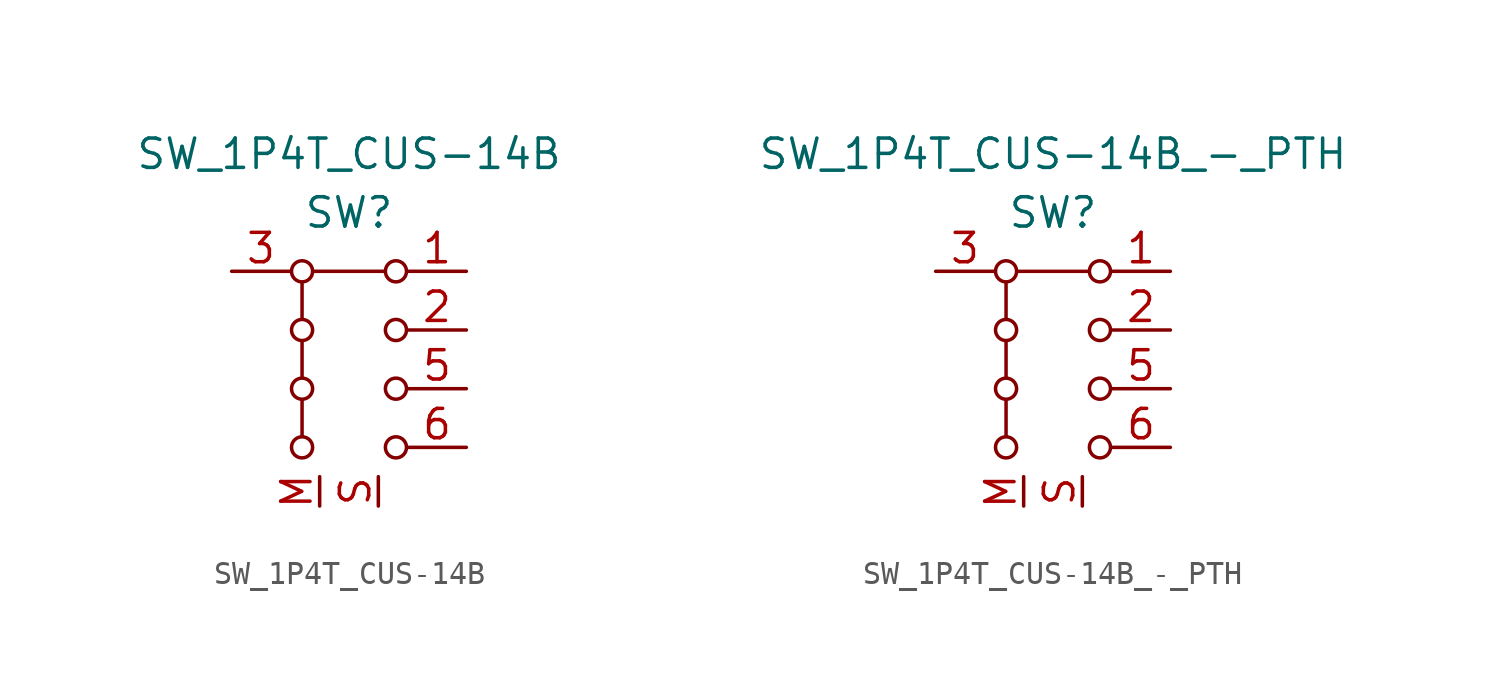
<source format=kicad_sym>
(kicad_symbol_lib
  (version 20220914)
  (generator kicad_symbol_editor)
  (symbol "SW_1P4T_CUS-14B"
    (pin_names
      (offset 0) hide)
    (property "Reference" "SW"
      (at 0 6.35 0)
      (effects (font (size 1.27 1.27))))
    (property "Value" "SW_1P4T_CUS-14B"
      (at 0 8.89 0)
      (effects (font (size 1.27 1.27))))
    (symbol "SW_1P4T_CUS-14B_0_1"
      (circle (center -2.032 -3.81) (radius 0.457) (stroke (width 0) (type default)) (fill (type none)))
      (circle (center -2.032 -1.27) (radius 0.457) (stroke (width 0) (type default)) (fill (type none)))
      (circle (center -2.032 1.27) (radius 0.457) (stroke (width 0) (type default)) (fill (type none)))
      (circle (center -2.032 3.81) (radius 0.457) (stroke (width 0) (type default)) (fill (type none)))
      (polyline (pts (xy -2.032 -1.778) (xy -2.032 -3.302)) (stroke (width 0.152) (type default)) (fill (type none)))
      (polyline (pts (xy -2.032 0.762) (xy -2.032 -0.762)) (stroke (width 0.152) (type default)) (fill (type none)))
      (polyline (pts (xy -2.032 3.302) (xy -2.032 1.778)) (stroke (width 0.152) (type default)) (fill (type none)))
      (polyline (pts (xy -1.524 3.81) (xy 1.524 3.81)) (stroke (width 0.152) (type default)) (fill (type none)))
      (circle (center 2.032 -3.81) (radius 0.457) (stroke (width 0) (type default)) (fill (type none)))
      (circle (center 2.032 -1.27) (radius 0.457) (stroke (width 0) (type default)) (fill (type none)))
      (circle (center 2.032 1.27) (radius 0.457) (stroke (width 0) (type default)) (fill (type none)))
      (circle (center 2.032 3.81) (radius 0.457) (stroke (width 0) (type default)) (fill (type none))))
    (symbol "SW_1P4T_CUS-14B_1_1"
      (pin passive line (at 5.08 3.81 180) (length 2.54) (name "1" (effects (font (size 1.27 1.27)))) (number "1" (effects (font (size 1.27 1.27)))))
      (pin passive line (at 5.08 1.27 180) (length 2.54) (name "2" (effects (font (size 1.27 1.27)))) (number "2" (effects (font (size 1.27 1.27)))))
      (pin passive line (at -5.08 3.81 0) (length 2.54) (name "C" (effects (font (size 1.27 1.27)))) (number "3" (effects (font (size 1.27 1.27)))))
      (pin passive line (at -5.08 3.81 0) (length 2.54) hide (name "C" (effects (font (size 1.27 1.27)))) (number "4" (effects (font (size 1.27 1.27)))))
      (pin passive line (at 5.08 -1.27 180) (length 2.54) (name "5" (effects (font (size 1.27 1.27)))) (number "5" (effects (font (size 1.27 1.27)))))
      (pin passive line (at 5.08 -3.81 180) (length 2.54) (name "6" (effects (font (size 1.27 1.27)))) (number "6" (effects (font (size 1.27 1.27)))))
      (pin passive line (at -1.27 -6.35 90) (length 1.27) (name "M" (effects (font (size 1.27 1.27)))) (number "M" (effects (font (size 1.27 1.27)))))
      (pin passive line (at 1.27 -6.35 90) (length 1.27) (name "S" (effects (font (size 1.27 1.27)))) (number "S" (effects (font (size 1.27 1.27)))))))
  (symbol "SW_1P4T_CUS-14B_-_PTH"
    (pin_names
      (offset 0) hide)
    (property "Reference" "SW"
      (at 0 6.35 0)
      (effects (font (size 1.27 1.27))))
    (property "Value" "SW_1P4T_CUS-14B_-_PTH"
      (at 0 8.89 0)
      (effects (font (size 1.27 1.27))))
    (symbol "SW_1P4T_CUS-14B_-_PTH_0_1"
      (circle (center -2.032 -3.81) (radius 0.457) (stroke (width 0) (type default)) (fill (type none)))
      (circle (center -2.032 -1.27) (radius 0.457) (stroke (width 0) (type default)) (fill (type none)))
      (circle (center -2.032 1.27) (radius 0.457) (stroke (width 0) (type default)) (fill (type none)))
      (circle (center -2.032 3.81) (radius 0.457) (stroke (width 0) (type default)) (fill (type none)))
      (polyline (pts (xy -2.032 -1.778) (xy -2.032 -3.302)) (stroke (width 0.152) (type default)) (fill (type none)))
      (polyline (pts (xy -2.032 0.762) (xy -2.032 -0.762)) (stroke (width 0.152) (type default)) (fill (type none)))
      (polyline (pts (xy -2.032 3.302) (xy -2.032 1.778)) (stroke (width 0.152) (type default)) (fill (type none)))
      (polyline (pts (xy -1.524 3.81) (xy 1.524 3.81)) (stroke (width 0.152) (type default)) (fill (type none)))
      (circle (center 2.032 -3.81) (radius 0.457) (stroke (width 0) (type default)) (fill (type none)))
      (circle (center 2.032 -1.27) (radius 0.457) (stroke (width 0) (type default)) (fill (type none)))
      (circle (center 2.032 1.27) (radius 0.457) (stroke (width 0) (type default)) (fill (type none)))
      (circle (center 2.032 3.81) (radius 0.457) (stroke (width 0) (type default)) (fill (type none))))
    (symbol "SW_1P4T_CUS-14B_-_PTH_1_1"
      (pin passive line (at 5.08 3.81 180) (length 2.54) (name "1" (effects (font (size 1.27 1.27)))) (number "1" (effects (font (size 1.27 1.27)))))
      (pin passive line (at 5.08 1.27 180) (length 2.54) (name "2" (effects (font (size 1.27 1.27)))) (number "2" (effects (font (size 1.27 1.27)))))
      (pin passive line (at -5.08 3.81 0) (length 2.54) (name "C" (effects (font (size 1.27 1.27)))) (number "3" (effects (font (size 1.27 1.27)))))
      (pin passive line (at -5.08 3.81 0) (length 2.54) hide (name "C" (effects (font (size 1.27 1.27)))) (number "4" (effects (font (size 1.27 1.27)))))
      (pin passive line (at 5.08 -1.27 180) (length 2.54) (name "5" (effects (font (size 1.27 1.27)))) (number "5" (effects (font (size 1.27 1.27)))))
      (pin passive line (at 5.08 -3.81 180) (length 2.54) (name "6" (effects (font (size 1.27 1.27)))) (number "6" (effects (font (size 1.27 1.27)))))
      (pin passive line (at -1.27 -6.35 90) (length 1.27) (name "M" (effects (font (size 1.27 1.27)))) (number "M" (effects (font (size 1.27 1.27)))))
      (pin passive line (at 1.27 -6.35 90) (length 1.27) (name "S" (effects (font (size 1.27 1.27)))) (number "S" (effects (font (size 1.27 1.27))))))))
</source>
